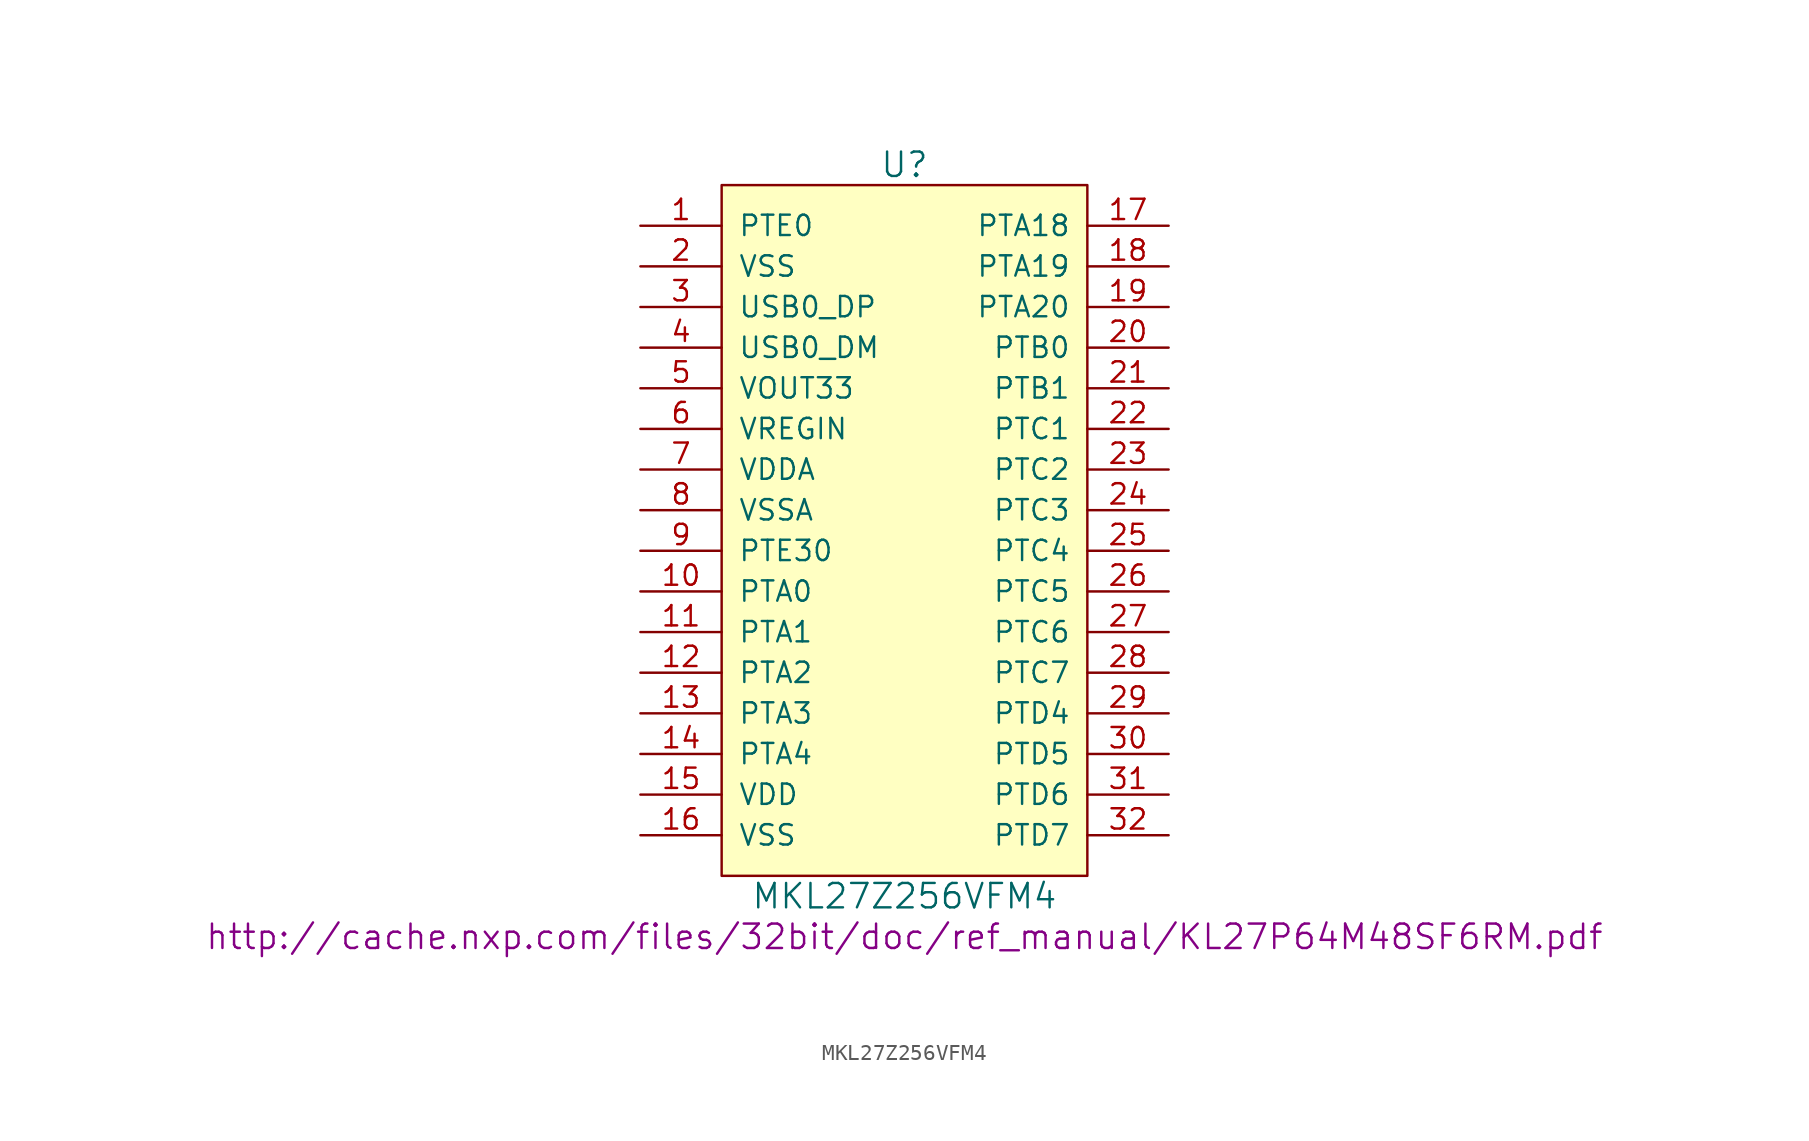
<source format=kicad_sym>
(kicad_symbol_lib
  (version 20231120)
  (generator "kicad_symbol_editor")
  (generator_version "8.0")
  (symbol "MKL27Z256VFM4"
    (pin_names
      (offset 1.016))
    (property "Reference" "U"
      (at 0 22.86 0)
      (effects (font (size 1.524 1.524))))
    (property "Value" "MKL27Z256VFM4"
      (at 0 -22.86 0)
      (effects (font (size 1.524 1.524))))
    (property "Footprint" ""
      (at 0 -25.4 0)
      (effects (font (size 1.524 1.524))))
    (property "Datasheet" "http://cache.nxp.com/files/32bit/doc/ref_manual/KL27P64M48SF6RM.pdf"
      (at 0 -25.4 0)
      (effects (font (size 1.524 1.524))))
    (symbol "MKL27Z256VFM4_0_1"
      (rectangle (start -11.43 21.59) (end 11.43 -21.59) (stroke (width 0) (type solid)) (fill (type background))))
    (symbol "MKL27Z256VFM4_1_1"
      (pin bidirectional line (at -16.51 19.05 0) (length 5.08) (name "PTE0" (effects (font (size 1.27 1.27)))) (number "1" (effects (font (size 1.27 1.27)))))
      (pin bidirectional line (at -16.51 -3.81 0) (length 5.08) (name "PTA0" (effects (font (size 1.27 1.27)))) (number "10" (effects (font (size 1.27 1.27)))))
      (pin bidirectional line (at -16.51 -6.35 0) (length 5.08) (name "PTA1" (effects (font (size 1.27 1.27)))) (number "11" (effects (font (size 1.27 1.27)))))
      (pin bidirectional line (at -16.51 -8.89 0) (length 5.08) (name "PTA2" (effects (font (size 1.27 1.27)))) (number "12" (effects (font (size 1.27 1.27)))))
      (pin bidirectional line (at -16.51 -11.43 0) (length 5.08) (name "PTA3" (effects (font (size 1.27 1.27)))) (number "13" (effects (font (size 1.27 1.27)))))
      (pin bidirectional line (at -16.51 -13.97 0) (length 5.08) (name "PTA4" (effects (font (size 1.27 1.27)))) (number "14" (effects (font (size 1.27 1.27)))))
      (pin power_in line (at -16.51 -16.51 0) (length 5.08) (name "VDD" (effects (font (size 1.27 1.27)))) (number "15" (effects (font (size 1.27 1.27)))))
      (pin power_in line (at -16.51 -19.05 0) (length 5.08) (name "VSS" (effects (font (size 1.27 1.27)))) (number "16" (effects (font (size 1.27 1.27)))))
      (pin bidirectional line (at 16.51 19.05 180) (length 5.08) (name "PTA18" (effects (font (size 1.27 1.27)))) (number "17" (effects (font (size 1.27 1.27)))))
      (pin bidirectional line (at 16.51 16.51 180) (length 5.08) (name "PTA19" (effects (font (size 1.27 1.27)))) (number "18" (effects (font (size 1.27 1.27)))))
      (pin bidirectional line (at 16.51 13.97 180) (length 5.08) (name "PTA20" (effects (font (size 1.27 1.27)))) (number "19" (effects (font (size 1.27 1.27)))))
      (pin power_in line (at -16.51 16.51 0) (length 5.08) (name "VSS" (effects (font (size 1.27 1.27)))) (number "2" (effects (font (size 1.27 1.27)))))
      (pin bidirectional line (at 16.51 11.43 180) (length 5.08) (name "PTB0" (effects (font (size 1.27 1.27)))) (number "20" (effects (font (size 1.27 1.27)))))
      (pin bidirectional line (at 16.51 8.89 180) (length 5.08) (name "PTB1" (effects (font (size 1.27 1.27)))) (number "21" (effects (font (size 1.27 1.27)))))
      (pin bidirectional line (at 16.51 6.35 180) (length 5.08) (name "PTC1" (effects (font (size 1.27 1.27)))) (number "22" (effects (font (size 1.27 1.27)))))
      (pin bidirectional line (at 16.51 3.81 180) (length 5.08) (name "PTC2" (effects (font (size 1.27 1.27)))) (number "23" (effects (font (size 1.27 1.27)))))
      (pin bidirectional line (at 16.51 1.27 180) (length 5.08) (name "PTC3" (effects (font (size 1.27 1.27)))) (number "24" (effects (font (size 1.27 1.27)))))
      (pin bidirectional line (at 16.51 -1.27 180) (length 5.08) (name "PTC4" (effects (font (size 1.27 1.27)))) (number "25" (effects (font (size 1.27 1.27)))))
      (pin bidirectional line (at 16.51 -3.81 180) (length 5.08) (name "PTC5" (effects (font (size 1.27 1.27)))) (number "26" (effects (font (size 1.27 1.27)))))
      (pin bidirectional line (at 16.51 -6.35 180) (length 5.08) (name "PTC6" (effects (font (size 1.27 1.27)))) (number "27" (effects (font (size 1.27 1.27)))))
      (pin bidirectional line (at 16.51 -8.89 180) (length 5.08) (name "PTC7" (effects (font (size 1.27 1.27)))) (number "28" (effects (font (size 1.27 1.27)))))
      (pin bidirectional line (at 16.51 -11.43 180) (length 5.08) (name "PTD4" (effects (font (size 1.27 1.27)))) (number "29" (effects (font (size 1.27 1.27)))))
      (pin bidirectional line (at -16.51 13.97 0) (length 5.08) (name "USB0_DP" (effects (font (size 1.27 1.27)))) (number "3" (effects (font (size 1.27 1.27)))))
      (pin bidirectional line (at 16.51 -13.97 180) (length 5.08) (name "PTD5" (effects (font (size 1.27 1.27)))) (number "30" (effects (font (size 1.27 1.27)))))
      (pin bidirectional line (at 16.51 -16.51 180) (length 5.08) (name "PTD6" (effects (font (size 1.27 1.27)))) (number "31" (effects (font (size 1.27 1.27)))))
      (pin bidirectional line (at 16.51 -19.05 180) (length 5.08) (name "PTD7" (effects (font (size 1.27 1.27)))) (number "32" (effects (font (size 1.27 1.27)))))
      (pin bidirectional line (at -16.51 11.43 0) (length 5.08) (name "USB0_DM" (effects (font (size 1.27 1.27)))) (number "4" (effects (font (size 1.27 1.27)))))
      (pin power_in line (at -16.51 8.89 0) (length 5.08) (name "VOUT33" (effects (font (size 1.27 1.27)))) (number "5" (effects (font (size 1.27 1.27)))))
      (pin power_in line (at -16.51 6.35 0) (length 5.08) (name "VREGIN" (effects (font (size 1.27 1.27)))) (number "6" (effects (font (size 1.27 1.27)))))
      (pin power_in line (at -16.51 3.81 0) (length 5.08) (name "VDDA" (effects (font (size 1.27 1.27)))) (number "7" (effects (font (size 1.27 1.27)))))
      (pin power_in line (at -16.51 1.27 0) (length 5.08) (name "VSSA" (effects (font (size 1.27 1.27)))) (number "8" (effects (font (size 1.27 1.27)))))
      (pin bidirectional line (at -16.51 -1.27 0) (length 5.08) (name "PTE30" (effects (font (size 1.27 1.27)))) (number "9" (effects (font (size 1.27 1.27))))))))
</source>
